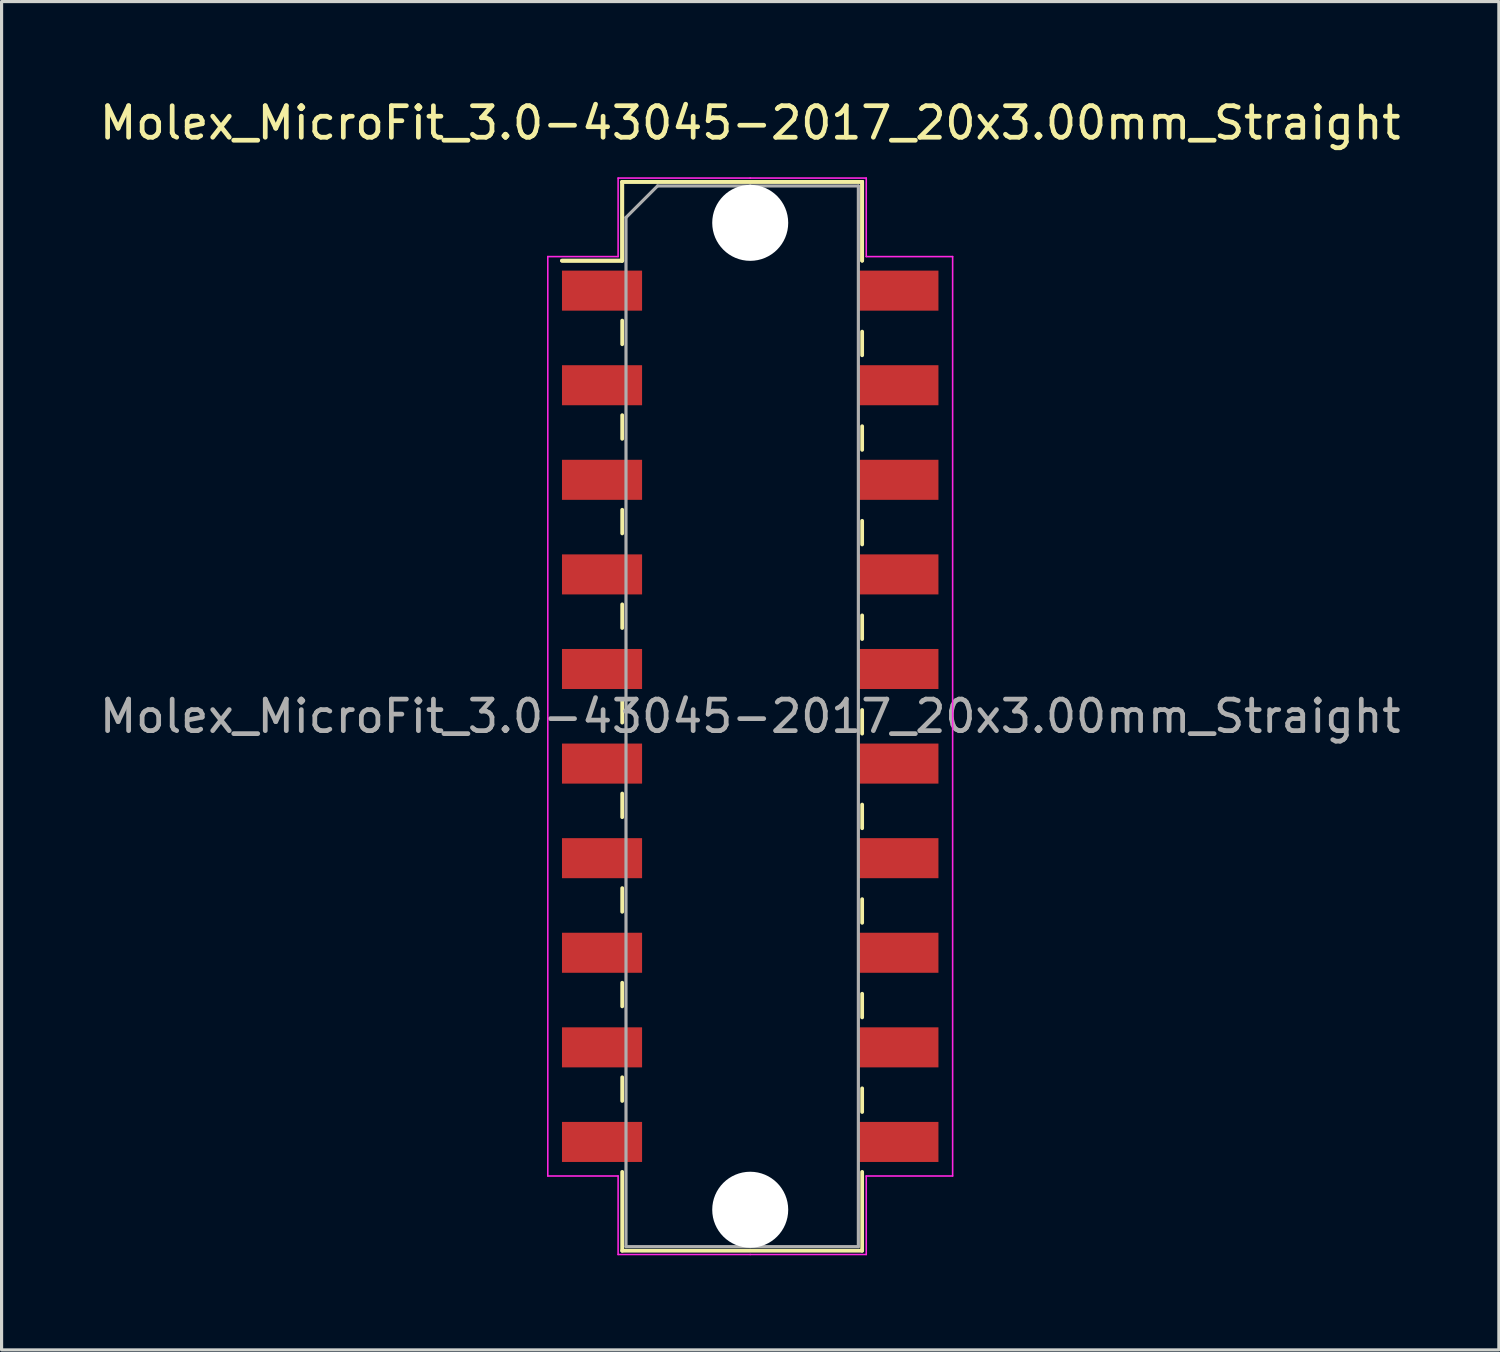
<source format=kicad_pcb>
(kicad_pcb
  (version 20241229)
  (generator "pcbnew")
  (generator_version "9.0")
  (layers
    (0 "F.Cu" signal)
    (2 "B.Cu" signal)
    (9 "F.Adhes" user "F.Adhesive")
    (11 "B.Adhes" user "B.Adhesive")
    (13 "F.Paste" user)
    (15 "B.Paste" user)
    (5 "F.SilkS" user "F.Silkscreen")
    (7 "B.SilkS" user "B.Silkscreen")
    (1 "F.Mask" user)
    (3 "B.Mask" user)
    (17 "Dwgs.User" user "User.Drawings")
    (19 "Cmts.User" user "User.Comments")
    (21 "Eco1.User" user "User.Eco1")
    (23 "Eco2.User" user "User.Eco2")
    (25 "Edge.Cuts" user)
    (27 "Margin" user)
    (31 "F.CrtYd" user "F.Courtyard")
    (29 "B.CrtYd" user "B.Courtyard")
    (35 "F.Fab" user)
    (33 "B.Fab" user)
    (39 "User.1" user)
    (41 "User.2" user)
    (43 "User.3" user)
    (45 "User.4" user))
  (footprint "Molex_MicroFit_3.0-43045-2017_20x3.00mm_Straight"
    (layer "F.Cu")
    (at 20.744 19.668)
    (property "Reference" "Molex_MicroFit_3.0-43045-2017_20x3.00mm_Straight" (at 0 -18.82 0) (layer "F.SilkS") (effects (font (size 1 1) (thickness 0.15))))
    (attr smd)
    (fp_line (start -5.97 -14.45) (end -4.06 -14.45) (stroke (width 0.12) (type solid)) (layer "F.SilkS"))
    (fp_line (start -5.97 -14.45) (end -4.06 -14.45) (stroke (width 0.12) (type solid)) (layer "F.SilkS"))
    (fp_line (start -4.06 -16.95) (end 3.55 -16.95) (stroke (width 0.12) (type solid)) (layer "F.SilkS"))
    (fp_line (start -4.06 -16.95) (end 3.55 -16.95) (stroke (width 0.12) (type solid)) (layer "F.SilkS"))
    (fp_line (start -4.06 -14.45) (end -4.06 -16.95) (stroke (width 0.12) (type solid)) (layer "F.SilkS"))
    (fp_line (start -4.06 -14.45) (end -4.06 -16.95) (stroke (width 0.12) (type solid)) (layer "F.SilkS"))
    (fp_line (start -4.06 -12.55) (end -4.06 -11.8) (stroke (width 0.12) (type solid)) (layer "F.SilkS"))
    (fp_line (start -4.06 -9.55) (end -4.06 -8.8) (stroke (width 0.12) (type solid)) (layer "F.SilkS"))
    (fp_line (start -4.06 -6.55) (end -4.06 -5.8) (stroke (width 0.12) (type solid)) (layer "F.SilkS"))
    (fp_line (start -4.06 -3.55) (end -4.06 -2.8) (stroke (width 0.12) (type solid)) (layer "F.SilkS"))
    (fp_line (start -4.06 -0.55) (end -4.06 0.2) (stroke (width 0.12) (type solid)) (layer "F.SilkS"))
    (fp_line (start -4.06 2.45) (end -4.06 3.2) (stroke (width 0.12) (type solid)) (layer "F.SilkS"))
    (fp_line (start -4.06 5.45) (end -4.06 6.2) (stroke (width 0.12) (type solid)) (layer "F.SilkS"))
    (fp_line (start -4.06 8.45) (end -4.06 9.2) (stroke (width 0.12) (type solid)) (layer "F.SilkS"))
    (fp_line (start -4.06 11.45) (end -4.06 12.2) (stroke (width 0.12) (type solid)) (layer "F.SilkS"))
    (fp_line (start -4.06 16.95) (end -4.06 14.45) (stroke (width 0.12) (type solid)) (layer "F.SilkS"))
    (fp_line (start 3.55 -16.95) (end 3.55 -14.45) (stroke (width 0.12) (type solid)) (layer "F.SilkS"))
    (fp_line (start 3.55 -16.95) (end 3.55 -14.45) (stroke (width 0.12) (type solid)) (layer "F.SilkS"))
    (fp_line (start 3.55 -11.45) (end 3.55 -12.2) (stroke (width 0.12) (type solid)) (layer "F.SilkS"))
    (fp_line (start 3.55 -8.45) (end 3.55 -9.2) (stroke (width 0.12) (type solid)) (layer "F.SilkS"))
    (fp_line (start 3.55 -5.45) (end 3.55 -6.2) (stroke (width 0.12) (type solid)) (layer "F.SilkS"))
    (fp_line (start 3.55 -2.45) (end 3.55 -3.2) (stroke (width 0.12) (type solid)) (layer "F.SilkS"))
    (fp_line (start 3.55 0.55) (end 3.55 -0.2) (stroke (width 0.12) (type solid)) (layer "F.SilkS"))
    (fp_line (start 3.55 3.55) (end 3.55 2.8) (stroke (width 0.12) (type solid)) (layer "F.SilkS"))
    (fp_line (start 3.55 6.55) (end 3.55 5.8) (stroke (width 0.12) (type solid)) (layer "F.SilkS"))
    (fp_line (start 3.55 9.55) (end 3.55 8.8) (stroke (width 0.12) (type solid)) (layer "F.SilkS"))
    (fp_line (start 3.55 12.55) (end 3.55 11.8) (stroke (width 0.12) (type solid)) (layer "F.SilkS"))
    (fp_line (start 3.55 14.45) (end 3.55 16.95) (stroke (width 0.12) (type solid)) (layer "F.SilkS"))
    (fp_line (start 3.55 16.95) (end -4.06 16.95) (stroke (width 0.12) (type solid)) (layer "F.SilkS"))
    (fp_line (start -6.42 -14.58) (end -4.19 -14.58) (stroke (width 0.05) (type solid)) (layer "F.CrtYd"))
    (fp_line (start -6.42 14.58) (end -6.42 -14.58) (stroke (width 0.05) (type solid)) (layer "F.CrtYd"))
    (fp_line (start -4.19 -17.07) (end 0 -17.07) (stroke (width 0.05) (type solid)) (layer "F.CrtYd"))
    (fp_line (start -4.19 -14.58) (end -4.19 -17.07) (stroke (width 0.05) (type solid)) (layer "F.CrtYd"))
    (fp_line (start -4.19 14.58) (end -6.42 14.58) (stroke (width 0.05) (type solid)) (layer "F.CrtYd"))
    (fp_line (start -4.19 17.07) (end -4.19 14.58) (stroke (width 0.05) (type solid)) (layer "F.CrtYd"))
    (fp_line (start 0 -17.07) (end 3.68 -17.07) (stroke (width 0.05) (type solid)) (layer "F.CrtYd"))
    (fp_line (start 0 17.07) (end -4.19 17.07) (stroke (width 0.05) (type solid)) (layer "F.CrtYd"))
    (fp_line (start 3.68 -17.07) (end 3.68 -14.58) (stroke (width 0.05) (type solid)) (layer "F.CrtYd"))
    (fp_line (start 3.68 -14.58) (end 6.42 -14.58) (stroke (width 0.05) (type solid)) (layer "F.CrtYd"))
    (fp_line (start 3.68 14.58) (end 3.68 17.07) (stroke (width 0.05) (type solid)) (layer "F.CrtYd"))
    (fp_line (start 3.68 17.07) (end 0 17.07) (stroke (width 0.05) (type solid)) (layer "F.CrtYd"))
    (fp_line (start 6.42 -14.58) (end 6.42 14.58) (stroke (width 0.05) (type solid)) (layer "F.CrtYd"))
    (fp_line (start 6.42 14.58) (end 3.68 14.58) (stroke (width 0.05) (type solid)) (layer "F.CrtYd"))
    (fp_line (start -3.94 -15.82) (end -2.94 -16.82) (stroke (width 0.1) (type solid)) (layer "F.Fab"))
    (fp_line (start -3.94 16.82) (end -3.94 -15.82) (stroke (width 0.1) (type solid)) (layer "F.Fab"))
    (fp_line (start -2.94 -16.82) (end 0 -16.82) (stroke (width 0.1) (type solid)) (layer "F.Fab"))
    (fp_line (start 0 -16.82) (end 3.43 -16.82) (stroke (width 0.1) (type solid)) (layer "F.Fab"))
    (fp_line (start 0 16.82) (end -3.94 16.82) (stroke (width 0.1) (type solid)) (layer "F.Fab"))
    (fp_line (start 3.43 -16.82) (end 3.43 16.82) (stroke (width 0.1) (type solid)) (layer "F.Fab"))
    (fp_line (start 3.43 16.82) (end 0 16.82) (stroke (width 0.1) (type solid)) (layer "F.Fab"))
    (fp_text user "${REFERENCE}" (at 0 0 0) (layer "F.Fab") (effects (font (size 1 1) (thickness 0.15))))
    (pad "" np_thru_hole circle (at 0 -15.65) (size 2.41 2.41) (drill 2.41) (layers "*.Cu"))
    (pad "" np_thru_hole circle (at 0 15.65) (size 2.41 2.41) (drill 2.41) (layers "*.Cu"))
    (pad "1" smd rect (at -4.7 -13.5) (size 2.54 1.27) (layers "F.Cu" "F.Mask" "F.Paste"))
    (pad "2" smd rect (at -4.7 -10.5) (size 2.54 1.27) (layers "F.Cu" "F.Mask" "F.Paste"))
    (pad "3" smd rect (at -4.7 -7.5) (size 2.54 1.27) (layers "F.Cu" "F.Mask" "F.Paste"))
    (pad "4" smd rect (at -4.7 -4.5) (size 2.54 1.27) (layers "F.Cu" "F.Mask" "F.Paste"))
    (pad "5" smd rect (at -4.7 -1.5) (size 2.54 1.27) (layers "F.Cu" "F.Mask" "F.Paste"))
    (pad "6" smd rect (at -4.7 1.5) (size 2.54 1.27) (layers "F.Cu" "F.Mask" "F.Paste"))
    (pad "7" smd rect (at -4.7 4.5) (size 2.54 1.27) (layers "F.Cu" "F.Mask" "F.Paste"))
    (pad "8" smd rect (at -4.7 7.5) (size 2.54 1.27) (layers "F.Cu" "F.Mask" "F.Paste"))
    (pad "9" smd rect (at -4.7 10.5) (size 2.54 1.27) (layers "F.Cu" "F.Mask" "F.Paste"))
    (pad "10" smd rect (at -4.7 13.5) (size 2.54 1.27) (layers "F.Cu" "F.Mask" "F.Paste"))
    (pad "11" smd rect (at 4.7 13.5) (size 2.54 1.27) (layers "F.Cu" "F.Mask" "F.Paste"))
    (pad "12" smd rect (at 4.7 10.5) (size 2.54 1.27) (layers "F.Cu" "F.Mask" "F.Paste"))
    (pad "13" smd rect (at 4.7 7.5) (size 2.54 1.27) (layers "F.Cu" "F.Mask" "F.Paste"))
    (pad "14" smd rect (at 4.7 4.5) (size 2.54 1.27) (layers "F.Cu" "F.Mask" "F.Paste"))
    (pad "15" smd rect (at 4.7 1.5) (size 2.54 1.27) (layers "F.Cu" "F.Mask" "F.Paste"))
    (pad "16" smd rect (at 4.7 -1.5) (size 2.54 1.27) (layers "F.Cu" "F.Mask" "F.Paste"))
    (pad "17" smd rect (at 4.7 -4.5) (size 2.54 1.27) (layers "F.Cu" "F.Mask" "F.Paste"))
    (pad "18" smd rect (at 4.7 -7.5) (size 2.54 1.27) (layers "F.Cu" "F.Mask" "F.Paste"))
    (pad "19" smd rect (at 4.7 -10.5) (size 2.54 1.27) (layers "F.Cu" "F.Mask" "F.Paste"))
    (pad "20" smd rect (at 4.7 -13.5) (size 2.54 1.27) (layers "F.Cu" "F.Mask" "F.Paste")))
  (gr_rect
    (start -3 -3)
    (end 44.488 39.763)
    (stroke (width 0.1) (type default))
    (fill no)
    (layer "Edge.Cuts")))
</source>
